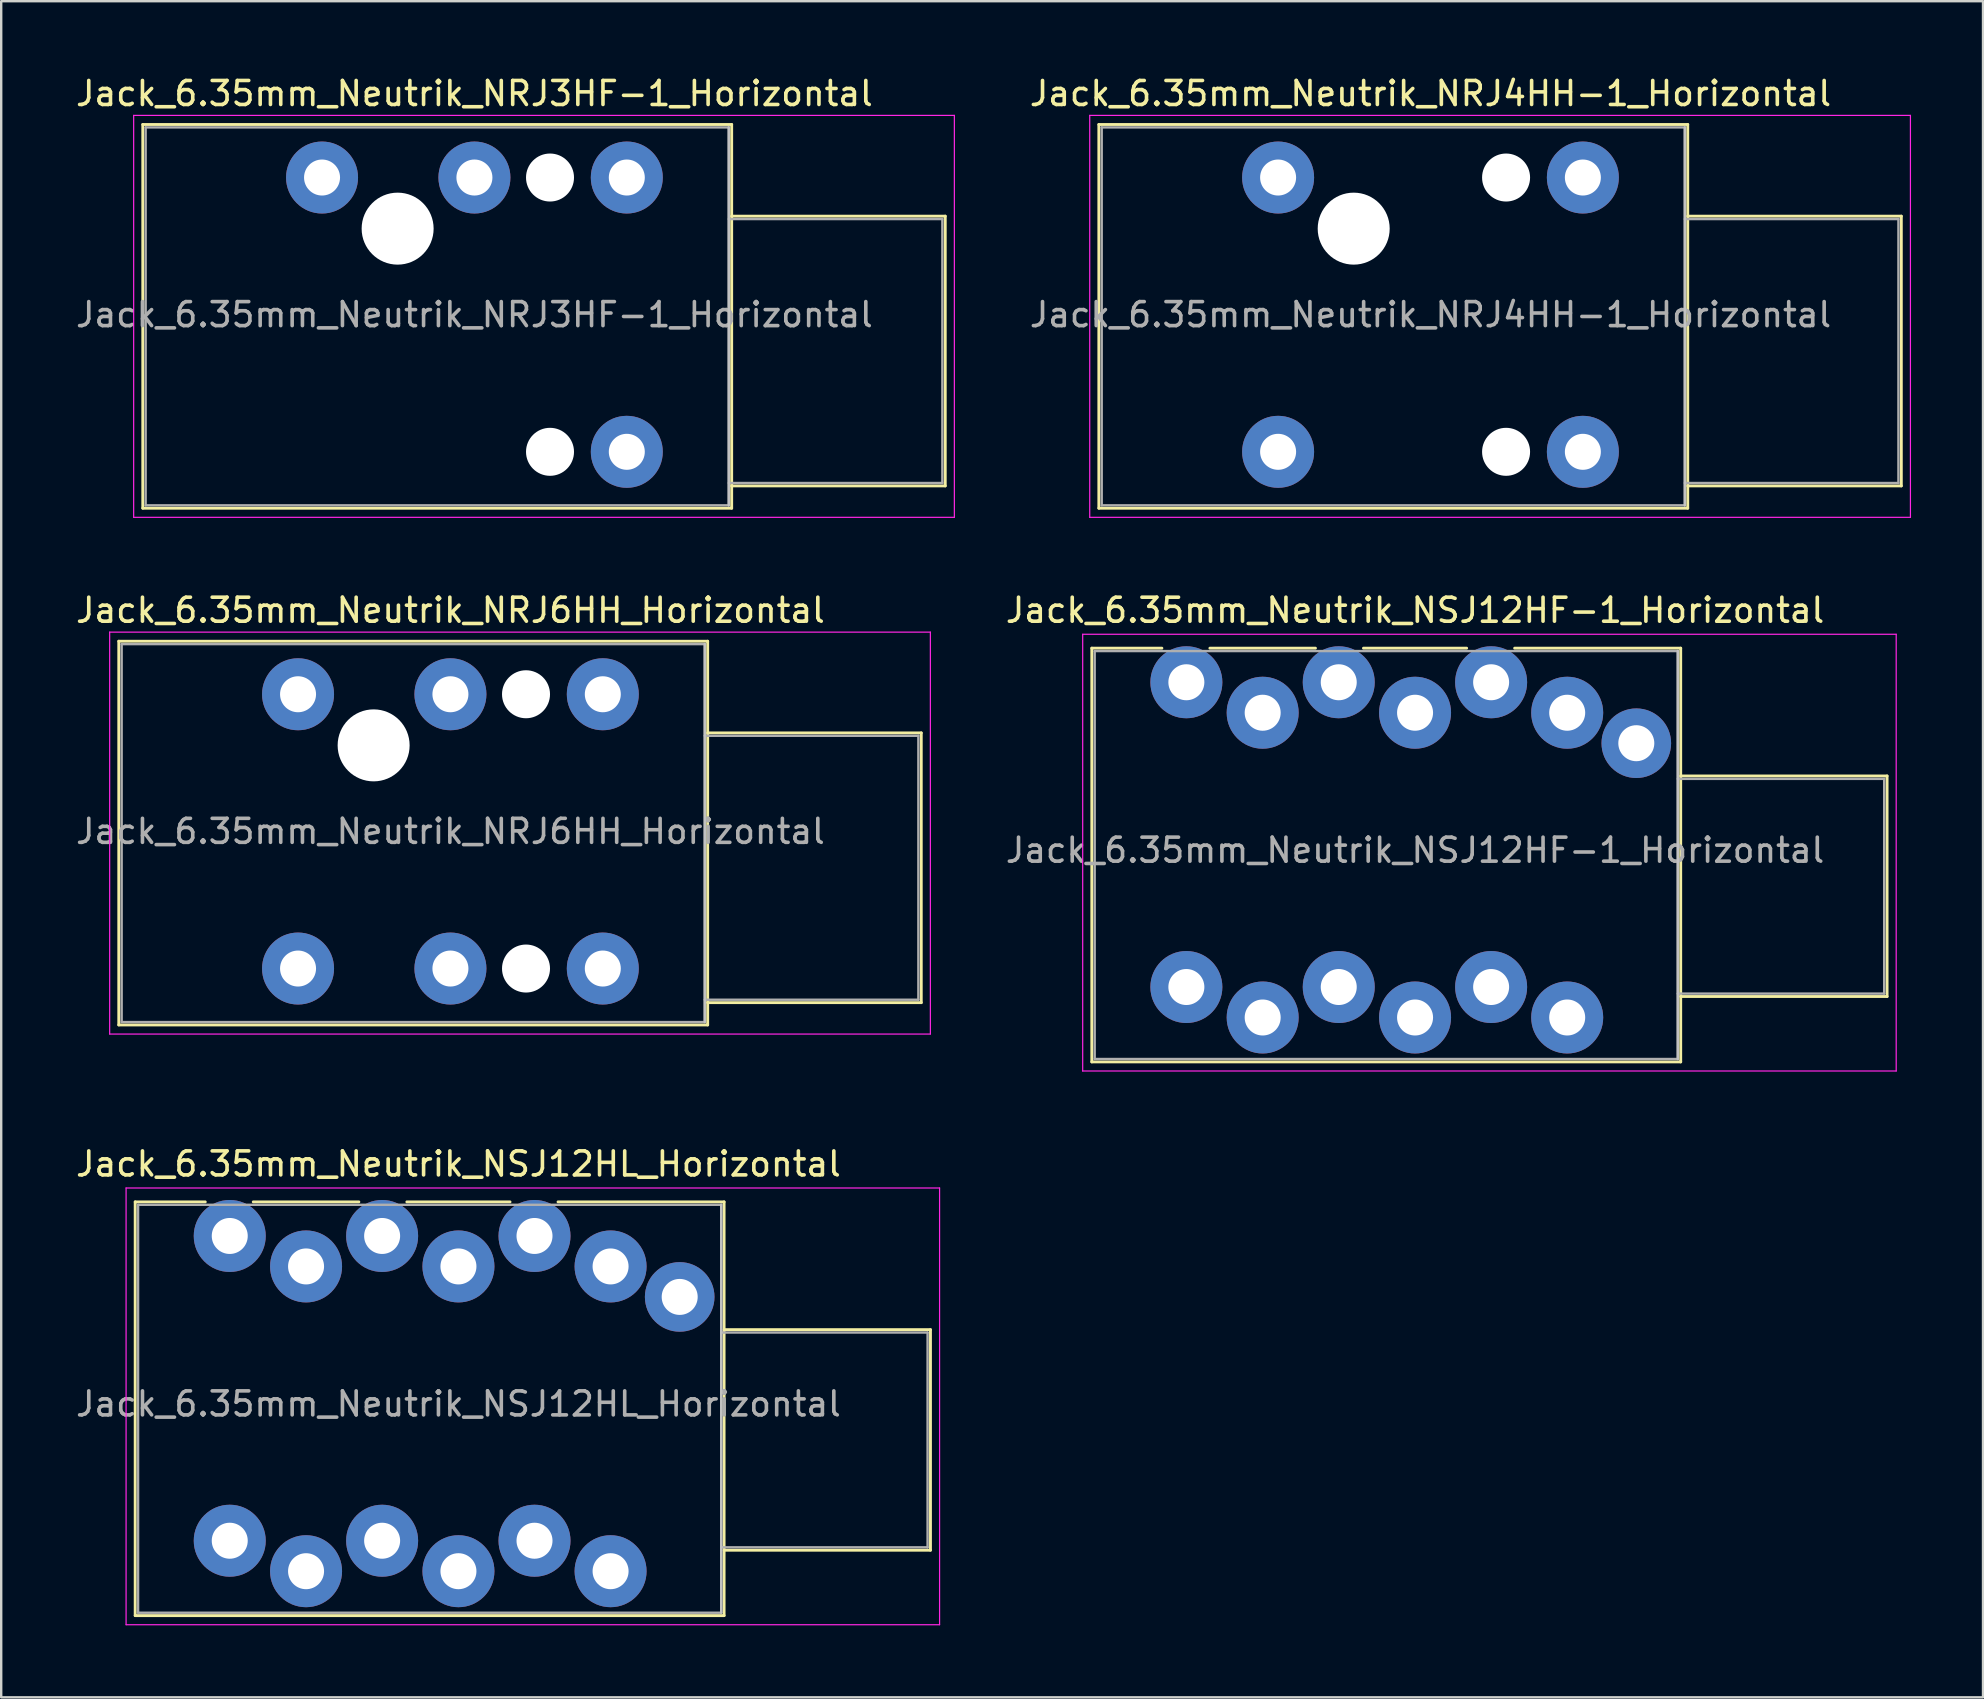
<source format=kicad_pcb>
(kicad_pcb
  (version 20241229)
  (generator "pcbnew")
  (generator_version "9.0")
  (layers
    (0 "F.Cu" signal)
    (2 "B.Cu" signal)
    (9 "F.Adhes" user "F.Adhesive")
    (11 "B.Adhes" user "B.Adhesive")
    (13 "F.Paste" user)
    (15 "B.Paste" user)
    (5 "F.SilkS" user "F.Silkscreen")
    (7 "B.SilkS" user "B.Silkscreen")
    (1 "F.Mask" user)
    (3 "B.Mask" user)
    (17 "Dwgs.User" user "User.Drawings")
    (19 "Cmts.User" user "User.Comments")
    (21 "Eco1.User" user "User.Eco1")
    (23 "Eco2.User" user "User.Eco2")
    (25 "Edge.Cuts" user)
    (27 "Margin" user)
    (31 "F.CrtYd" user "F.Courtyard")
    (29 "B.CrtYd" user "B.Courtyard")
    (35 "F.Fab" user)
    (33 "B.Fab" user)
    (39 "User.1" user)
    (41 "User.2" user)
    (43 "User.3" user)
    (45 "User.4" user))
  (footprint "Jack_6.35mm_Neutrik_NRJ3HF-1_Horizontal"
    (layer "F.Cu")
    (at 10.37 4.348)
    (property "Reference" "Jack_6.35mm_Neutrik_NRJ3HF-1_Horizontal" (at 6.35 -3.5 0) (layer "F.SilkS") (effects (font (size 1 1) (thickness 0.15))))
    (attr through_hole)
    (fp_line (start -7.47 -2.21) (end 17.07 -2.21) (stroke (width 0.12) (type solid)) (layer "F.SilkS"))
    (fp_line (start -7.47 13.78) (end -7.47 -2.21) (stroke (width 0.12) (type solid)) (layer "F.SilkS"))
    (fp_line (start -7.47 13.78) (end 17.07 13.78) (stroke (width 0.12) (type solid)) (layer "F.SilkS"))
    (fp_line (start 17.07 -2.21) (end 17.07 13.78) (stroke (width 0.12) (type solid)) (layer "F.SilkS"))
    (fp_line (start 25.97 1.61) (end 17.07 1.61) (stroke (width 0.12) (type solid)) (layer "F.SilkS"))
    (fp_line (start 25.97 12.85) (end 17.07 12.85) (stroke (width 0.12) (type solid)) (layer "F.SilkS"))
    (fp_line (start 25.97 12.85) (end 25.97 1.61) (stroke (width 0.12) (type solid)) (layer "F.SilkS"))
    (fp_line (start 16.95 -2.09) (end 16.95 13.66) (stroke (width 0.1) (type solid)) (layer "Dwgs.User"))
    (fp_line (start -7.85 14.16) (end -7.85 -2.59) (stroke (width 0.05) (type solid)) (layer "F.CrtYd"))
    (fp_line (start -7.85 14.16) (end 26.35 14.16) (stroke (width 0.05) (type solid)) (layer "F.CrtYd"))
    (fp_line (start 26.35 -2.59) (end -7.85 -2.59) (stroke (width 0.05) (type solid)) (layer "F.CrtYd"))
    (fp_line (start 26.35 14.16) (end 26.35 -2.59) (stroke (width 0.05) (type solid)) (layer "F.CrtYd"))
    (fp_line (start -7.35 -2.09) (end 16.95 -2.09) (stroke (width 0.1) (type solid)) (layer "F.Fab"))
    (fp_line (start -7.35 13.66) (end -7.35 -2.09) (stroke (width 0.1) (type solid)) (layer "F.Fab"))
    (fp_line (start 16.95 -2.09) (end 16.95 13.66) (stroke (width 0.1) (type solid)) (layer "F.Fab"))
    (fp_line (start 16.95 12.73) (end 25.85 12.73) (stroke (width 0.1) (type solid)) (layer "F.Fab"))
    (fp_line (start 16.95 13.66) (end -7.35 13.66) (stroke (width 0.1) (type solid)) (layer "F.Fab"))
    (fp_line (start 25.85 1.73) (end 16.95 1.73) (stroke (width 0.1) (type solid)) (layer "F.Fab"))
    (fp_line (start 25.85 12.73) (end 25.85 1.73) (stroke (width 0.1) (type solid)) (layer "F.Fab"))
    (fp_text user "${REFERENCE}" (at 6.35 5.715 0) (layer "F.Fab") (effects (font (size 1 1) (thickness 0.15))))
    (pad "" np_thru_hole circle (at 3.15 2.13) (size 3 3) (drill 3) (layers "*.Cu" "*.Mask"))
    (pad "" np_thru_hole circle (at 9.5 0) (size 2 2) (drill 2) (layers "*.Cu" "*.Mask"))
    (pad "" np_thru_hole circle (at 9.5 11.43) (size 2 2) (drill 2) (layers "*.Cu" "*.Mask"))
    (pad "G" thru_hole circle (at 12.7 11.43) (size 3 3) (drill 1.5) (layers "*.Cu" "*.Mask"))
    (pad "R" thru_hole circle (at 6.35 0) (size 3 3) (drill 1.5) (layers "*.Cu" "*.Mask"))
    (pad "S" thru_hole circle (at 12.7 0) (size 3 3) (drill 1.5) (layers "*.Cu" "*.Mask"))
    (pad "T" thru_hole circle (at 0 0) (size 3 3) (drill 1.5) (layers "*.Cu" "*.Mask")))
  (footprint "Jack_6.35mm_Neutrik_NRJ6HH_Horizontal"
    (layer "F.Cu")
    (at 9.37 25.881)
    (property "Reference" "Jack_6.35mm_Neutrik_NRJ6HH_Horizontal" (at 6.35 -3.5 0) (layer "F.SilkS") (effects (font (size 1 1) (thickness 0.15))))
    (attr through_hole)
    (fp_line (start -7.47 -2.21) (end 17.07 -2.21) (stroke (width 0.12) (type solid)) (layer "F.SilkS"))
    (fp_line (start -7.47 13.78) (end -7.47 -2.21) (stroke (width 0.12) (type solid)) (layer "F.SilkS"))
    (fp_line (start -7.47 13.78) (end 17.07 13.78) (stroke (width 0.12) (type solid)) (layer "F.SilkS"))
    (fp_line (start 17.07 -2.21) (end 17.07 13.78) (stroke (width 0.12) (type solid)) (layer "F.SilkS"))
    (fp_line (start 25.97 1.61) (end 17.07 1.61) (stroke (width 0.12) (type solid)) (layer "F.SilkS"))
    (fp_line (start 25.97 12.85) (end 17.07 12.85) (stroke (width 0.12) (type solid)) (layer "F.SilkS"))
    (fp_line (start 25.97 12.85) (end 25.97 1.61) (stroke (width 0.12) (type solid)) (layer "F.SilkS"))
    (fp_line (start 16.95 -2.09) (end 16.95 13.66) (stroke (width 0.1) (type solid)) (layer "Dwgs.User"))
    (fp_line (start -7.85 14.16) (end -7.85 -2.59) (stroke (width 0.05) (type solid)) (layer "F.CrtYd"))
    (fp_line (start -7.85 14.16) (end 26.35 14.16) (stroke (width 0.05) (type solid)) (layer "F.CrtYd"))
    (fp_line (start 26.35 -2.59) (end -7.85 -2.59) (stroke (width 0.05) (type solid)) (layer "F.CrtYd"))
    (fp_line (start 26.35 14.16) (end 26.35 -2.59) (stroke (width 0.05) (type solid)) (layer "F.CrtYd"))
    (fp_line (start -7.35 -2.09) (end 16.95 -2.09) (stroke (width 0.1) (type solid)) (layer "F.Fab"))
    (fp_line (start -7.35 13.66) (end -7.35 -2.09) (stroke (width 0.1) (type solid)) (layer "F.Fab"))
    (fp_line (start 16.95 -2.09) (end 16.95 13.66) (stroke (width 0.1) (type solid)) (layer "F.Fab"))
    (fp_line (start 16.95 12.73) (end 25.85 12.73) (stroke (width 0.1) (type solid)) (layer "F.Fab"))
    (fp_line (start 16.95 13.66) (end -7.35 13.66) (stroke (width 0.1) (type solid)) (layer "F.Fab"))
    (fp_line (start 25.85 1.73) (end 16.95 1.73) (stroke (width 0.1) (type solid)) (layer "F.Fab"))
    (fp_line (start 25.85 12.73) (end 25.85 1.73) (stroke (width 0.1) (type solid)) (layer "F.Fab"))
    (fp_text user "${REFERENCE}" (at 6.35 5.715 0) (layer "F.Fab") (effects (font (size 1 1) (thickness 0.15))))
    (pad "" np_thru_hole circle (at 3.15 2.13) (size 3 3) (drill 3) (layers "*.Cu" "*.Mask"))
    (pad "" np_thru_hole circle (at 9.5 0) (size 2 2) (drill 2) (layers "*.Cu" "*.Mask"))
    (pad "" np_thru_hole circle (at 9.5 11.43) (size 2 2) (drill 2) (layers "*.Cu" "*.Mask"))
    (pad "R" thru_hole circle (at 6.35 0) (size 3 3) (drill 1.5) (layers "*.Cu" "*.Mask"))
    (pad "RN" thru_hole circle (at 6.35 11.43) (size 3 3) (drill 1.5) (layers "*.Cu" "*.Mask"))
    (pad "S" thru_hole circle (at 12.7 0) (size 3 3) (drill 1.5) (layers "*.Cu" "*.Mask"))
    (pad "SN" thru_hole circle (at 12.7 11.43) (size 3 3) (drill 1.5) (layers "*.Cu" "*.Mask"))
    (pad "T" thru_hole circle (at 0 0) (size 3 3) (drill 1.5) (layers "*.Cu" "*.Mask"))
    (pad "TN" thru_hole circle (at 0 11.43) (size 3 3) (drill 1.5) (layers "*.Cu" "*.Mask")))
  (footprint "Jack_6.35mm_Neutrik_NSJ12HL_Horizontal"
    (layer "F.Cu")
    (at 6.524 48.455)
    (property "Reference" "Jack_6.35mm_Neutrik_NSJ12HL_Horizontal" (at 9.53 -3 0) (layer "F.SilkS") (effects (font (size 1 1) (thickness 0.15))))
    (attr through_hole)
    (fp_line (start -3.94 -1.42) (end -1.02 -1.42) (stroke (width 0.12) (type solid)) (layer "F.SilkS"))
    (fp_line (start -3.94 15.82) (end -3.94 -1.42) (stroke (width 0.12) (type solid)) (layer "F.SilkS"))
    (fp_line (start -3.94 15.82) (end 20.6 15.82) (stroke (width 0.12) (type solid)) (layer "F.SilkS"))
    (fp_line (start 0.98 -1.42) (end 5.38 -1.42) (stroke (width 0.12) (type solid)) (layer "F.SilkS"))
    (fp_line (start 7.38 -1.42) (end 11.68 -1.42) (stroke (width 0.12) (type solid)) (layer "F.SilkS"))
    (fp_line (start 13.68 -1.42) (end 20.6 -1.42) (stroke (width 0.12) (type solid)) (layer "F.SilkS"))
    (fp_line (start 20.6 -1.42) (end 20.6 15.82) (stroke (width 0.12) (type solid)) (layer "F.SilkS"))
    (fp_line (start 29.2 3.905) (end 20.6 3.905) (stroke (width 0.12) (type solid)) (layer "F.SilkS"))
    (fp_line (start 29.2 13.095) (end 20.6 13.095) (stroke (width 0.12) (type solid)) (layer "F.SilkS"))
    (fp_line (start 29.2 13.095) (end 29.2 3.905) (stroke (width 0.12) (type solid)) (layer "F.SilkS"))
    (fp_line (start 20.48 -1.3) (end 20.48 15.7) (stroke (width 0.1) (type solid)) (layer "Dwgs.User"))
    (fp_line (start -4.32 16.2) (end -4.32 -2) (stroke (width 0.05) (type solid)) (layer "F.CrtYd"))
    (fp_line (start -4.32 16.2) (end 29.58 16.2) (stroke (width 0.05) (type solid)) (layer "F.CrtYd"))
    (fp_line (start 29.58 -2) (end -4.32 -2) (stroke (width 0.05) (type solid)) (layer "F.CrtYd"))
    (fp_line (start 29.58 16.2) (end 29.58 -2) (stroke (width 0.05) (type solid)) (layer "F.CrtYd"))
    (fp_line (start -3.82 -1.3) (end 20.48 -1.3) (stroke (width 0.1) (type solid)) (layer "F.Fab"))
    (fp_line (start -3.82 15.7) (end -3.82 -1.3) (stroke (width 0.1) (type solid)) (layer "F.Fab"))
    (fp_line (start 20.48 -1.3) (end 20.48 15.7) (stroke (width 0.1) (type solid)) (layer "F.Fab"))
    (fp_line (start 20.48 12.975) (end 29.08 12.975) (stroke (width 0.1) (type solid)) (layer "F.Fab"))
    (fp_line (start 20.48 15.7) (end -3.82 15.7) (stroke (width 0.1) (type solid)) (layer "F.Fab"))
    (fp_line (start 29.08 4.025) (end 20.48 4.025) (stroke (width 0.1) (type solid)) (layer "F.Fab"))
    (fp_line (start 29.08 12.975) (end 29.08 4.025) (stroke (width 0.1) (type solid)) (layer "F.Fab"))
    (fp_text user "${REFERENCE}" (at 9.53 7 0) (layer "F.Fab") (effects (font (size 1 1) (thickness 0.15))))
    (pad "G" thru_hole circle (at 18.75 2.54) (size 2.9 2.9) (drill 1.5) (layers "*.Cu" "*.Mask"))
    (pad "R1" thru_hole circle (at 6.35 0) (size 3 3) (drill 1.5) (layers "*.Cu" "*.Mask"))
    (pad "R2" thru_hole circle (at 9.53 1.27) (size 3 3) (drill 1.5) (layers "*.Cu" "*.Mask"))
    (pad "RN1" thru_hole circle (at 6.35 12.7) (size 3 3) (drill 1.5) (layers "*.Cu" "*.Mask"))
    (pad "RN2" thru_hole circle (at 9.53 13.97) (size 3 3) (drill 1.5) (layers "*.Cu" "*.Mask"))
    (pad "S1" thru_hole circle (at 12.7 0) (size 3 3) (drill 1.5) (layers "*.Cu" "*.Mask"))
    (pad "S2" thru_hole circle (at 15.87 1.27) (size 3 3) (drill 1.5) (layers "*.Cu" "*.Mask"))
    (pad "SN1" thru_hole circle (at 12.7 12.7) (size 3 3) (drill 1.5) (layers "*.Cu" "*.Mask"))
    (pad "SN2" thru_hole circle (at 15.87 13.97) (size 3 3) (drill 1.5) (layers "*.Cu" "*.Mask"))
    (pad "T1" thru_hole circle (at 0 0) (size 3 3) (drill 1.5) (layers "*.Cu" "*.Mask"))
    (pad "T2" thru_hole circle (at 3.18 1.27) (size 3 3) (drill 1.5) (layers "*.Cu" "*.Mask"))
    (pad "TN1" thru_hole circle (at 0 12.7) (size 3 3) (drill 1.5) (layers "*.Cu" "*.Mask"))
    (pad "TN2" thru_hole circle (at 3.18 13.97) (size 3 3) (drill 1.5) (layers "*.Cu" "*.Mask")))
  (footprint "Jack_6.35mm_Neutrik_NRJ4HH-1_Horizontal"
    (layer "F.Cu")
    (at 50.211 4.348)
    (property "Reference" "Jack_6.35mm_Neutrik_NRJ4HH-1_Horizontal" (at 6.35 -3.5 0) (layer "F.SilkS") (effects (font (size 1 1) (thickness 0.15))))
    (attr through_hole)
    (fp_line (start -7.47 -2.21) (end 17.07 -2.21) (stroke (width 0.12) (type solid)) (layer "F.SilkS"))
    (fp_line (start -7.47 13.78) (end -7.47 -2.21) (stroke (width 0.12) (type solid)) (layer "F.SilkS"))
    (fp_line (start -7.47 13.78) (end 17.07 13.78) (stroke (width 0.12) (type solid)) (layer "F.SilkS"))
    (fp_line (start 17.07 -2.21) (end 17.07 13.78) (stroke (width 0.12) (type solid)) (layer "F.SilkS"))
    (fp_line (start 25.97 1.61) (end 17.07 1.61) (stroke (width 0.12) (type solid)) (layer "F.SilkS"))
    (fp_line (start 25.97 12.85) (end 17.07 12.85) (stroke (width 0.12) (type solid)) (layer "F.SilkS"))
    (fp_line (start 25.97 12.85) (end 25.97 1.61) (stroke (width 0.12) (type solid)) (layer "F.SilkS"))
    (fp_line (start 16.95 -2.09) (end 16.95 13.66) (stroke (width 0.1) (type solid)) (layer "Dwgs.User"))
    (fp_line (start -7.85 14.16) (end -7.85 -2.59) (stroke (width 0.05) (type solid)) (layer "F.CrtYd"))
    (fp_line (start -7.85 14.16) (end 26.35 14.16) (stroke (width 0.05) (type solid)) (layer "F.CrtYd"))
    (fp_line (start 26.35 -2.59) (end -7.85 -2.59) (stroke (width 0.05) (type solid)) (layer "F.CrtYd"))
    (fp_line (start 26.35 14.16) (end 26.35 -2.59) (stroke (width 0.05) (type solid)) (layer "F.CrtYd"))
    (fp_line (start -7.35 -2.09) (end 16.95 -2.09) (stroke (width 0.1) (type solid)) (layer "F.Fab"))
    (fp_line (start -7.35 13.66) (end -7.35 -2.09) (stroke (width 0.1) (type solid)) (layer "F.Fab"))
    (fp_line (start 16.95 -2.09) (end 16.95 13.66) (stroke (width 0.1) (type solid)) (layer "F.Fab"))
    (fp_line (start 16.95 12.73) (end 25.85 12.73) (stroke (width 0.1) (type solid)) (layer "F.Fab"))
    (fp_line (start 16.95 13.66) (end -7.35 13.66) (stroke (width 0.1) (type solid)) (layer "F.Fab"))
    (fp_line (start 25.85 1.73) (end 16.95 1.73) (stroke (width 0.1) (type solid)) (layer "F.Fab"))
    (fp_line (start 25.85 12.73) (end 25.85 1.73) (stroke (width 0.1) (type solid)) (layer "F.Fab"))
    (fp_text user "${REFERENCE}" (at 6.35 5.715 0) (layer "F.Fab") (effects (font (size 1 1) (thickness 0.15))))
    (pad "" np_thru_hole circle (at 3.15 2.13) (size 3 3) (drill 3) (layers "*.Cu" "*.Mask"))
    (pad "" np_thru_hole circle (at 9.5 0) (size 2 2) (drill 2) (layers "*.Cu" "*.Mask"))
    (pad "" np_thru_hole circle (at 9.5 11.43) (size 2 2) (drill 2) (layers "*.Cu" "*.Mask"))
    (pad "G" thru_hole circle (at 12.7 11.43) (size 3 3) (drill 1.5) (layers "*.Cu" "*.Mask"))
    (pad "S" thru_hole circle (at 12.7 0) (size 3 3) (drill 1.5) (layers "*.Cu" "*.Mask"))
    (pad "T" thru_hole circle (at 0 0) (size 3 3) (drill 1.5) (layers "*.Cu" "*.Mask"))
    (pad "TN" thru_hole circle (at 0 11.43) (size 3 3) (drill 1.5) (layers "*.Cu" "*.Mask")))
  (footprint "Jack_6.35mm_Neutrik_NSJ12HF-1_Horizontal"
    (layer "F.Cu")
    (at 46.388 25.381)
    (property "Reference" "Jack_6.35mm_Neutrik_NSJ12HF-1_Horizontal" (at 9.53 -3 0) (layer "F.SilkS") (effects (font (size 1 1) (thickness 0.15))))
    (attr through_hole)
    (fp_line (start -3.94 -1.42) (end -1.02 -1.42) (stroke (width 0.12) (type solid)) (layer "F.SilkS"))
    (fp_line (start -3.94 15.82) (end -3.94 -1.42) (stroke (width 0.12) (type solid)) (layer "F.SilkS"))
    (fp_line (start -3.94 15.82) (end 20.6 15.82) (stroke (width 0.12) (type solid)) (layer "F.SilkS"))
    (fp_line (start 0.98 -1.42) (end 5.38 -1.42) (stroke (width 0.12) (type solid)) (layer "F.SilkS"))
    (fp_line (start 7.38 -1.42) (end 11.68 -1.42) (stroke (width 0.12) (type solid)) (layer "F.SilkS"))
    (fp_line (start 13.68 -1.42) (end 20.6 -1.42) (stroke (width 0.12) (type solid)) (layer "F.SilkS"))
    (fp_line (start 20.6 -1.42) (end 20.6 15.82) (stroke (width 0.12) (type solid)) (layer "F.SilkS"))
    (fp_line (start 29.2 3.905) (end 20.6 3.905) (stroke (width 0.12) (type solid)) (layer "F.SilkS"))
    (fp_line (start 29.2 13.095) (end 20.6 13.095) (stroke (width 0.12) (type solid)) (layer "F.SilkS"))
    (fp_line (start 29.2 13.095) (end 29.2 3.905) (stroke (width 0.12) (type solid)) (layer "F.SilkS"))
    (fp_line (start 20.48 -1.3) (end 20.48 15.7) (stroke (width 0.1) (type solid)) (layer "Dwgs.User"))
    (fp_line (start -4.32 16.2) (end -4.32 -2) (stroke (width 0.05) (type solid)) (layer "F.CrtYd"))
    (fp_line (start -4.32 16.2) (end 29.58 16.2) (stroke (width 0.05) (type solid)) (layer "F.CrtYd"))
    (fp_line (start 29.58 -2) (end -4.32 -2) (stroke (width 0.05) (type solid)) (layer "F.CrtYd"))
    (fp_line (start 29.58 16.2) (end 29.58 -2) (stroke (width 0.05) (type solid)) (layer "F.CrtYd"))
    (fp_line (start -3.82 -1.3) (end 20.48 -1.3) (stroke (width 0.1) (type solid)) (layer "F.Fab"))
    (fp_line (start -3.82 15.7) (end -3.82 -1.3) (stroke (width 0.1) (type solid)) (layer "F.Fab"))
    (fp_line (start 20.48 -1.3) (end 20.48 15.7) (stroke (width 0.1) (type solid)) (layer "F.Fab"))
    (fp_line (start 20.48 12.975) (end 29.08 12.975) (stroke (width 0.1) (type solid)) (layer "F.Fab"))
    (fp_line (start 20.48 15.7) (end -3.82 15.7) (stroke (width 0.1) (type solid)) (layer "F.Fab"))
    (fp_line (start 29.08 4.025) (end 20.48 4.025) (stroke (width 0.1) (type solid)) (layer "F.Fab"))
    (fp_line (start 29.08 12.975) (end 29.08 4.025) (stroke (width 0.1) (type solid)) (layer "F.Fab"))
    (fp_text user "${REFERENCE}" (at 9.53 7 0) (layer "F.Fab") (effects (font (size 1 1) (thickness 0.15))))
    (pad "G" thru_hole circle (at 18.75 2.54) (size 2.9 2.9) (drill 1.5) (layers "*.Cu" "*.Mask"))
    (pad "R1" thru_hole circle (at 6.35 0) (size 3 3) (drill 1.5) (layers "*.Cu" "*.Mask"))
    (pad "R2" thru_hole circle (at 9.53 1.27) (size 3 3) (drill 1.5) (layers "*.Cu" "*.Mask"))
    (pad "RN1" thru_hole circle (at 6.35 12.7) (size 3 3) (drill 1.5) (layers "*.Cu" "*.Mask"))
    (pad "RN2" thru_hole circle (at 9.53 13.97) (size 3 3) (drill 1.5) (layers "*.Cu" "*.Mask"))
    (pad "S1" thru_hole circle (at 12.7 0) (size 3 3) (drill 1.5) (layers "*.Cu" "*.Mask"))
    (pad "S2" thru_hole circle (at 15.87 1.27) (size 3 3) (drill 1.5) (layers "*.Cu" "*.Mask"))
    (pad "SN1" thru_hole circle (at 12.7 12.7) (size 3 3) (drill 1.5) (layers "*.Cu" "*.Mask"))
    (pad "SN2" thru_hole circle (at 15.87 13.97) (size 3 3) (drill 1.5) (layers "*.Cu" "*.Mask"))
    (pad "T1" thru_hole circle (at 0 0) (size 3 3) (drill 1.5) (layers "*.Cu" "*.Mask"))
    (pad "T2" thru_hole circle (at 3.18 1.27) (size 3 3) (drill 1.5) (layers "*.Cu" "*.Mask"))
    (pad "TN1" thru_hole circle (at 0 12.7) (size 3 3) (drill 1.5) (layers "*.Cu" "*.Mask"))
    (pad "TN2" thru_hole circle (at 3.18 13.97) (size 3 3) (drill 1.5) (layers "*.Cu" "*.Mask")))
  (gr_rect
    (start -3 -3)
    (end 79.586 67.68)
    (stroke (width 0.1) (type default))
    (fill no)
    (layer "Edge.Cuts")))
</source>
